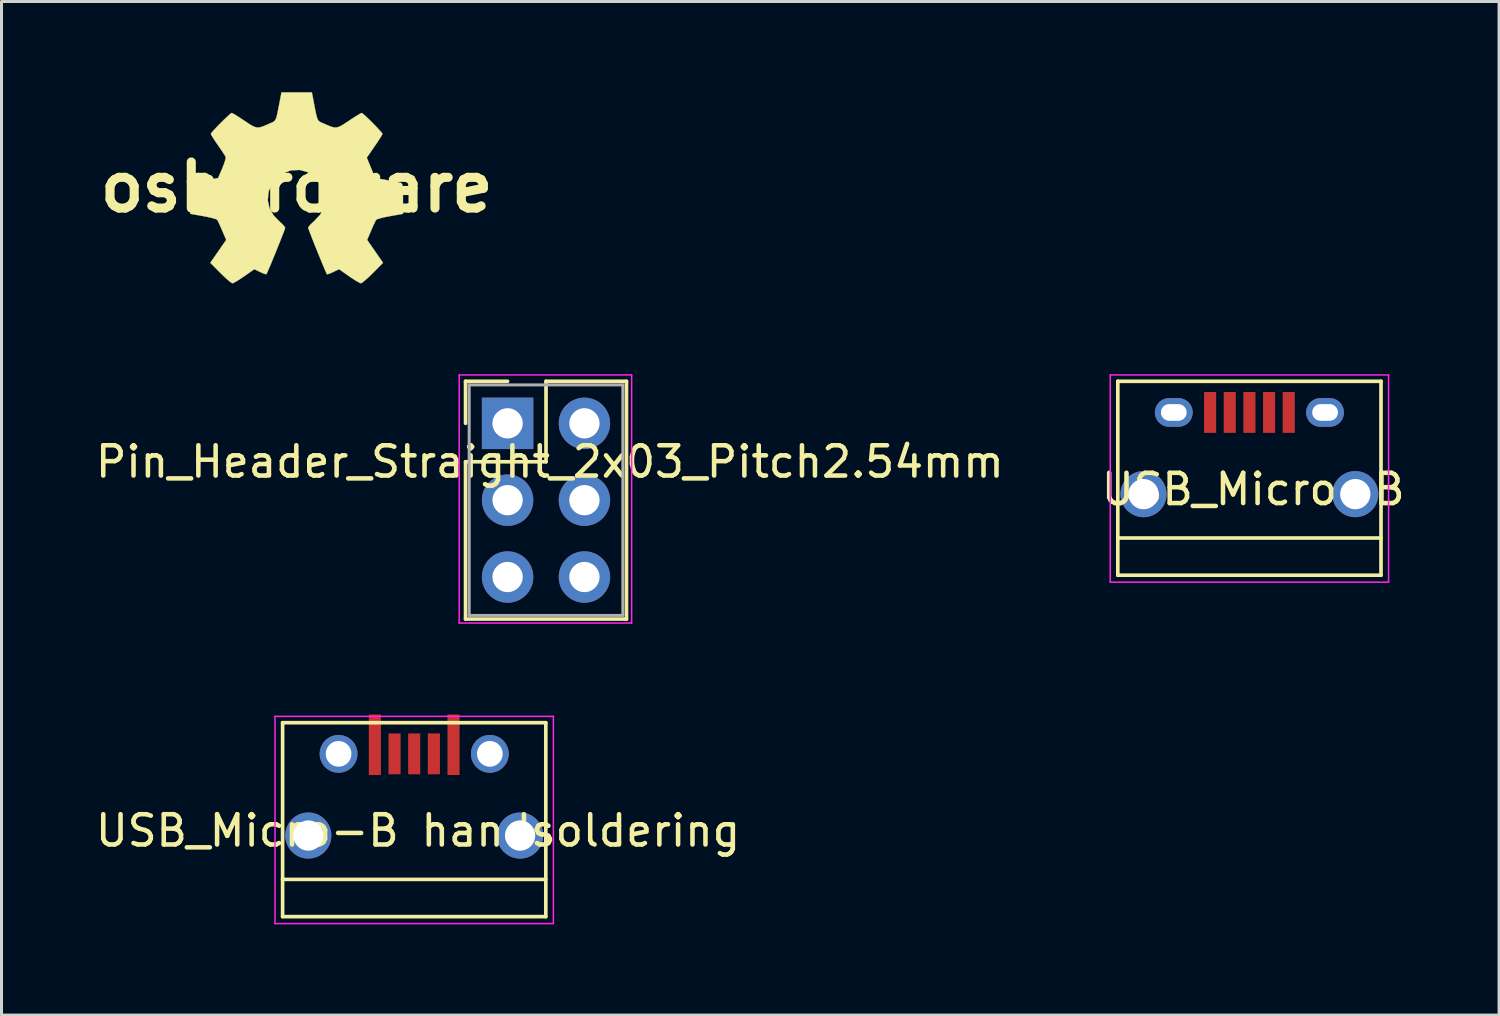
<source format=kicad_pcb>
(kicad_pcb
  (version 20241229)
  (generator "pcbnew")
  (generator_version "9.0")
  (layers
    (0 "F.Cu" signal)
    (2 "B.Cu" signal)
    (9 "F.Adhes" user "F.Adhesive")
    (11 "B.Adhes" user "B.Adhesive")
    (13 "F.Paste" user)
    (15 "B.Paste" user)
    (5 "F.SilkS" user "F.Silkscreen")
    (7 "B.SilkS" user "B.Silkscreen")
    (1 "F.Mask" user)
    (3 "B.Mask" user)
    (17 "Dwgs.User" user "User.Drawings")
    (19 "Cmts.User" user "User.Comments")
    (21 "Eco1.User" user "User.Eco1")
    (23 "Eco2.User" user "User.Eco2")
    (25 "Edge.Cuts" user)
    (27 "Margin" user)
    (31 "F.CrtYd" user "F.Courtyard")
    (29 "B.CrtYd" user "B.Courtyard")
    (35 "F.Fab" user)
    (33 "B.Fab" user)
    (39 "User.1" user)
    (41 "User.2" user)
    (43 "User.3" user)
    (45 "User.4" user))
  (footprint "USB_Micro-B"
    (layer "F.Cu")
    (at 38.248 11.933)
    (property "Reference" "USB_Micro-B" (at 0.127 1.19 0) (layer "F.SilkS") (effects (font (size 1 1) (thickness 0.15))))
    (attr smd)
    (fp_line (start -4.35 -2.38) (end 4.35 -2.38) (stroke (width 0.12) (type solid)) (layer "F.SilkS"))
    (fp_line (start -4.35 4.03) (end -4.35 -2.38) (stroke (width 0.12) (type solid)) (layer "F.SilkS"))
    (fp_line (start -4.35 4.03) (end 4.35 4.03) (stroke (width 0.12) (type solid)) (layer "F.SilkS"))
    (fp_line (start 4.35 -2.38) (end 4.35 4.03) (stroke (width 0.12) (type solid)) (layer "F.SilkS"))
    (fp_line (start 4.35 2.8) (end -4.35 2.8) (stroke (width 0.12) (type solid)) (layer "F.SilkS"))
    (fp_line (start -4.6 -2.59) (end 4.6 -2.59) (stroke (width 0.05) (type solid)) (layer "F.CrtYd"))
    (fp_line (start -4.6 4.26) (end -4.6 -2.59) (stroke (width 0.05) (type solid)) (layer "F.CrtYd"))
    (fp_line (start 4.6 -2.59) (end 4.6 4.26) (stroke (width 0.05) (type solid)) (layer "F.CrtYd"))
    (fp_line (start 4.6 4.26) (end -4.6 4.26) (stroke (width 0.05) (type solid)) (layer "F.CrtYd"))
    (pad "1" smd rect (at -1.3 -1.35 90) (size 1.35 0.4) (layers "F.Cu" "F.Mask" "F.Paste"))
    (pad "2" smd rect (at -0.65 -1.35 90) (size 1.35 0.4) (layers "F.Cu" "F.Mask" "F.Paste"))
    (pad "3" smd rect (at 0 -1.35 90) (size 1.35 0.4) (layers "F.Cu" "F.Mask" "F.Paste"))
    (pad "4" smd rect (at 0.65 -1.35 90) (size 1.35 0.4) (layers "F.Cu" "F.Mask" "F.Paste"))
    (pad "5" smd rect (at 1.3 -1.35 90) (size 1.35 0.4) (layers "F.Cu" "F.Mask" "F.Paste"))
    (pad "6" thru_hole oval (at -2.5 -1.35 90) (size 0.95 1.25) (drill oval 0.55 0.85) (layers "*.Cu" "*.Mask"))
    (pad "6" thru_hole oval (at 2.5 -1.35 90) (size 0.95 1.25) (drill oval 0.55 0.85) (layers "*.Cu" "*.Mask"))
    (pad "7" thru_hole circle (at -3.5 1.35) (size 1.524 1.524) (drill 1) (layers "*.Cu" "*.Mask"))
    (pad "7" thru_hole circle (at 3.5 1.35) (size 1.524 1.524) (drill 1) (layers "*.Cu" "*.Mask")))
  (footprint "Pin_Header_Straight_2x03_Pitch2.54mm"
    (layer "F.Cu")
    (at 13.728 10.943)
    (property "Reference" "Pin_Header_Straight_2x03_Pitch2.54mm" (at 1.397 1.27 0) (layer "F.SilkS") (effects (font (size 1 1) (thickness 0.15))))
    (attr through_hole)
    (fp_line (start -1.39 -1.39) (end 0 -1.39) (stroke (width 0.12) (type solid)) (layer "F.SilkS"))
    (fp_line (start -1.39 0) (end -1.39 -1.39) (stroke (width 0.12) (type solid)) (layer "F.SilkS"))
    (fp_line (start -1.39 1.27) (end -1.39 6.47) (stroke (width 0.12) (type solid)) (layer "F.SilkS"))
    (fp_line (start -1.39 6.47) (end 3.93 6.47) (stroke (width 0.12) (type solid)) (layer "F.SilkS"))
    (fp_line (start 1.27 -1.39) (end 1.27 1.27) (stroke (width 0.12) (type solid)) (layer "F.SilkS"))
    (fp_line (start 1.27 1.27) (end -1.39 1.27) (stroke (width 0.12) (type solid)) (layer "F.SilkS"))
    (fp_line (start 3.93 -1.39) (end 1.27 -1.39) (stroke (width 0.12) (type solid)) (layer "F.SilkS"))
    (fp_line (start 3.93 6.47) (end 3.93 -1.39) (stroke (width 0.12) (type solid)) (layer "F.SilkS"))
    (fp_line (start -1.6 -1.6) (end -1.6 6.6) (stroke (width 0.05) (type solid)) (layer "F.CrtYd"))
    (fp_line (start -1.6 6.6) (end 4.1 6.6) (stroke (width 0.05) (type solid)) (layer "F.CrtYd"))
    (fp_line (start 4.1 -1.6) (end -1.6 -1.6) (stroke (width 0.05) (type solid)) (layer "F.CrtYd"))
    (fp_line (start 4.1 6.6) (end 4.1 -1.6) (stroke (width 0.05) (type solid)) (layer "F.CrtYd"))
    (fp_line (start -1.27 -1.27) (end -1.27 6.35) (stroke (width 0.1) (type solid)) (layer "F.Fab"))
    (fp_line (start -1.27 6.35) (end 3.81 6.35) (stroke (width 0.1) (type solid)) (layer "F.Fab"))
    (fp_line (start 3.81 -1.27) (end -1.27 -1.27) (stroke (width 0.1) (type solid)) (layer "F.Fab"))
    (fp_line (start 3.81 6.35) (end 3.81 -1.27) (stroke (width 0.1) (type solid)) (layer "F.Fab"))
    (pad "1" thru_hole rect (at 0 0) (size 1.7 1.7) (drill 1) (layers "*.Cu" "*.Mask"))
    (pad "2" thru_hole oval (at 2.54 0) (size 1.7 1.7) (drill 1) (layers "*.Cu" "*.Mask"))
    (pad "3" thru_hole oval (at 0 2.54) (size 1.7 1.7) (drill 1) (layers "*.Cu" "*.Mask"))
    (pad "4" thru_hole oval (at 2.54 2.54) (size 1.7 1.7) (drill 1) (layers "*.Cu" "*.Mask"))
    (pad "5" thru_hole oval (at 0 5.08) (size 1.7 1.7) (drill 1) (layers "*.Cu" "*.Mask"))
    (pad "6" thru_hole oval (at 2.54 5.08) (size 1.7 1.7) (drill 1) (layers "*.Cu" "*.Mask")))
  (footprint "oshardware"
    (layer "F.Cu")
    (at 6.756 3.138)
    (property "Reference" "oshardware" (at 0 0 0) (layer "F.SilkS") (effects (font (size 1.524 1.524) (thickness 0.3))))
    (attr through_hole)
    (fp_poly (pts (xy 0.547 -2.9) (xy 0.596 -2.644) (xy 0.633 -2.459) (xy 0.663 -2.33) (xy 0.693 -2.245) (xy 0.728 -2.192) (xy 0.774 -2.157) (xy 0.838 -2.127) (xy 0.922 -2.092) (xy 1.089 -2.02) (xy 1.213 -1.979) (xy 1.315 -1.973) (xy 1.419 -2.004) (xy 1.546 -2.076) (xy 1.721 -2.191) (xy 1.73 -2.198) (xy 1.889 -2.302) (xy 2.022 -2.386) (xy 2.114 -2.44) (xy 2.148 -2.455) (xy 2.191 -2.427) (xy 2.277 -2.351) (xy 2.39 -2.244) (xy 2.515 -2.12) (xy 2.637 -1.995) (xy 2.741 -1.883) (xy 2.813 -1.8) (xy 2.836 -1.763) (xy 2.814 -1.716) (xy 2.752 -1.616) (xy 2.662 -1.478) (xy 2.576 -1.353) (xy 2.317 -0.977) (xy 2.456 -0.64) (xy 2.595 -0.303) (xy 2.98 -0.234) (xy 3.159 -0.201) (xy 3.312 -0.171) (xy 3.415 -0.149) (xy 3.44 -0.143) (xy 3.471 -0.125) (xy 3.493 -0.082) (xy 3.505 -0.000458) (xy 3.512 0.134) (xy 3.514 0.337) (xy 3.514 0.379) (xy 3.514 0.88) (xy 3.09 0.955) (xy 2.908 0.99) (xy 2.757 1.027) (xy 2.658 1.059) (xy 2.629 1.075) (xy 2.596 1.135) (xy 2.541 1.25) (xy 2.475 1.398) (xy 2.461 1.432) (xy 2.329 1.742) (xy 2.592 2.12) (xy 2.854 2.499) (xy 2.518 2.837) (xy 2.378 2.973) (xy 2.256 3.082) (xy 2.165 3.154) (xy 2.123 3.175) (xy 2.065 3.152) (xy 1.956 3.09) (xy 1.816 3) (xy 1.732 2.942) (xy 1.4 2.709) (xy 1.209 2.802) (xy 1.097 2.852) (xy 1.02 2.877) (xy 1.002 2.876) (xy 0.977 2.827) (xy 0.928 2.715) (xy 0.861 2.555) (xy 0.781 2.362) (xy 0.695 2.15) (xy 0.608 1.936) (xy 0.528 1.733) (xy 0.46 1.558) (xy 0.409 1.425) (xy 0.383 1.349) (xy 0.381 1.338) (xy 0.411 1.286) (xy 0.49 1.202) (xy 0.572 1.128) (xy 0.775 0.911) (xy 0.902 0.67) (xy 0.952 0.417) (xy 0.925 0.162) (xy 0.821 -0.083) (xy 0.64 -0.307) (xy 0.59 -0.352) (xy 0.355 -0.502) (xy 0.097 -0.571) (xy -0.177 -0.558) (xy -0.221 -0.548) (xy -0.442 -0.456) (xy -0.646 -0.301) (xy -0.811 -0.103) (xy -0.917 0.116) (xy -0.929 0.158) (xy -0.955 0.434) (xy -0.898 0.694) (xy -0.761 0.934) (xy -0.572 1.128) (xy -0.469 1.223) (xy -0.4 1.304) (xy -0.381 1.343) (xy -0.396 1.394) (xy -0.438 1.508) (xy -0.501 1.669) (xy -0.578 1.864) (xy -0.663 2.075) (xy -0.75 2.289) (xy -0.833 2.491) (xy -0.906 2.664) (xy -0.963 2.795) (xy -0.997 2.868) (xy -1.002 2.876) (xy -1.046 2.87) (xy -1.139 2.834) (xy -1.209 2.802) (xy -1.4 2.709) (xy -1.732 2.942) (xy -1.882 3.043) (xy -2.01 3.122) (xy -2.098 3.168) (xy -2.123 3.175) (xy -2.175 3.146) (xy -2.271 3.069) (xy -2.397 2.955) (xy -2.518 2.837) (xy -2.854 2.499) (xy -2.592 2.12) (xy -2.329 1.742) (xy -2.461 1.432) (xy -2.527 1.279) (xy -2.585 1.155) (xy -2.624 1.082) (xy -2.629 1.075) (xy -2.685 1.049) (xy -2.804 1.015) (xy -2.967 0.978) (xy -3.09 0.955) (xy -3.514 0.88) (xy -3.514 0.379) (xy -3.512 0.164) (xy -3.507 0.019) (xy -3.495 -0.071) (xy -3.476 -0.119) (xy -3.446 -0.141) (xy -3.44 -0.143) (xy -3.366 -0.16) (xy -3.233 -0.187) (xy -3.063 -0.219) (xy -2.982 -0.233) (xy -2.598 -0.302) (xy -2.46 -0.622) (xy -2.399 -0.777) (xy -2.358 -0.906) (xy -2.343 -0.987) (xy -2.345 -0.998) (xy -2.378 -1.057) (xy -2.448 -1.165) (xy -2.543 -1.306) (xy -2.602 -1.391) (xy -2.703 -1.538) (xy -2.782 -1.661) (xy -2.828 -1.742) (xy -2.836 -1.763) (xy -2.808 -1.807) (xy -2.733 -1.893) (xy -2.626 -2.007) (xy -2.502 -2.133) (xy -2.377 -2.256) (xy -2.266 -2.36) (xy -2.183 -2.432) (xy -2.146 -2.455) (xy -2.1 -2.433) (xy -1.999 -2.373) (xy -1.86 -2.284) (xy -1.73 -2.198) (xy -1.553 -2.08) (xy -1.424 -2.006) (xy -1.32 -1.973) (xy -1.218 -1.978) (xy -1.096 -2.017) (xy -0.93 -2.088) (xy -0.922 -2.092) (xy -0.836 -2.129) (xy -0.773 -2.158) (xy -0.727 -2.194) (xy -0.692 -2.248) (xy -0.662 -2.334) (xy -0.632 -2.464) (xy -0.595 -2.652) (xy -0.547 -2.9) (xy -0.502 -3.133) (xy 0.502 -3.133) (xy 0.547 -2.9)) (stroke (width 0.01) (type solid)) (fill yes) (layer "F.SilkS")))
  (footprint "USB_Micro-B handsoldering"
    (layer "F.Cu")
    (at 10.641 23.218)
    (property "Reference" "USB_Micro-B handsoldering" (at 0.127 1.19 0) (layer "F.SilkS") (effects (font (size 1 1) (thickness 0.15))))
    (attr smd)
    (fp_line (start -4.35 -2.38) (end 4.35 -2.38) (stroke (width 0.12) (type solid)) (layer "F.SilkS"))
    (fp_line (start -4.35 4.03) (end -4.35 -2.38) (stroke (width 0.12) (type solid)) (layer "F.SilkS"))
    (fp_line (start -4.35 4.03) (end 4.35 4.03) (stroke (width 0.12) (type solid)) (layer "F.SilkS"))
    (fp_line (start 4.35 -2.38) (end 4.35 4.03) (stroke (width 0.12) (type solid)) (layer "F.SilkS"))
    (fp_line (start 4.35 2.8) (end -4.35 2.8) (stroke (width 0.12) (type solid)) (layer "F.SilkS"))
    (fp_line (start -4.6 -2.59) (end 4.6 -2.59) (stroke (width 0.05) (type solid)) (layer "F.CrtYd"))
    (fp_line (start -4.6 4.26) (end -4.6 -2.59) (stroke (width 0.05) (type solid)) (layer "F.CrtYd"))
    (fp_line (start 4.6 -2.59) (end 4.6 4.26) (stroke (width 0.05) (type solid)) (layer "F.CrtYd"))
    (fp_line (start 4.6 4.26) (end -4.6 4.26) (stroke (width 0.05) (type solid)) (layer "F.CrtYd"))
    (pad "1" smd rect (at -1.3 -1.65 90) (size 2 0.4) (layers "F.Cu" "F.Mask" "F.Paste"))
    (pad "2" smd rect (at -0.65 -1.35 90) (size 1.35 0.4) (layers "F.Cu" "F.Mask" "F.Paste"))
    (pad "3" smd rect (at 0 -1.35 90) (size 1.35 0.4) (layers "F.Cu" "F.Mask" "F.Paste"))
    (pad "4" smd rect (at 0.65 -1.35 90) (size 1.35 0.4) (layers "F.Cu" "F.Mask" "F.Paste"))
    (pad "5" smd rect (at 1.3 -1.65 90) (size 2 0.4) (layers "F.Cu" "F.Mask" "F.Paste"))
    (pad "6" thru_hole oval (at -2.5 -1.35 90) (size 1.25 1.25) (drill oval 0.85) (layers "*.Cu" "*.Mask"))
    (pad "6" thru_hole circle (at 2.5 -1.35 90) (size 1.25 1.25) (drill 0.85) (layers "*.Cu" "*.Mask"))
    (pad "7" thru_hole circle (at -3.5 1.35) (size 1.524 1.524) (drill 1) (layers "*.Cu" "*.Mask"))
    (pad "7" thru_hole circle (at 3.5 1.35) (size 1.524 1.524) (drill 1) (layers "*.Cu" "*.Mask")))
  (gr_rect
    (start -3 -3)
    (end 46.5 30.503)
    (stroke (width 0.1) (type default))
    (fill no)
    (layer "Edge.Cuts")))
</source>
